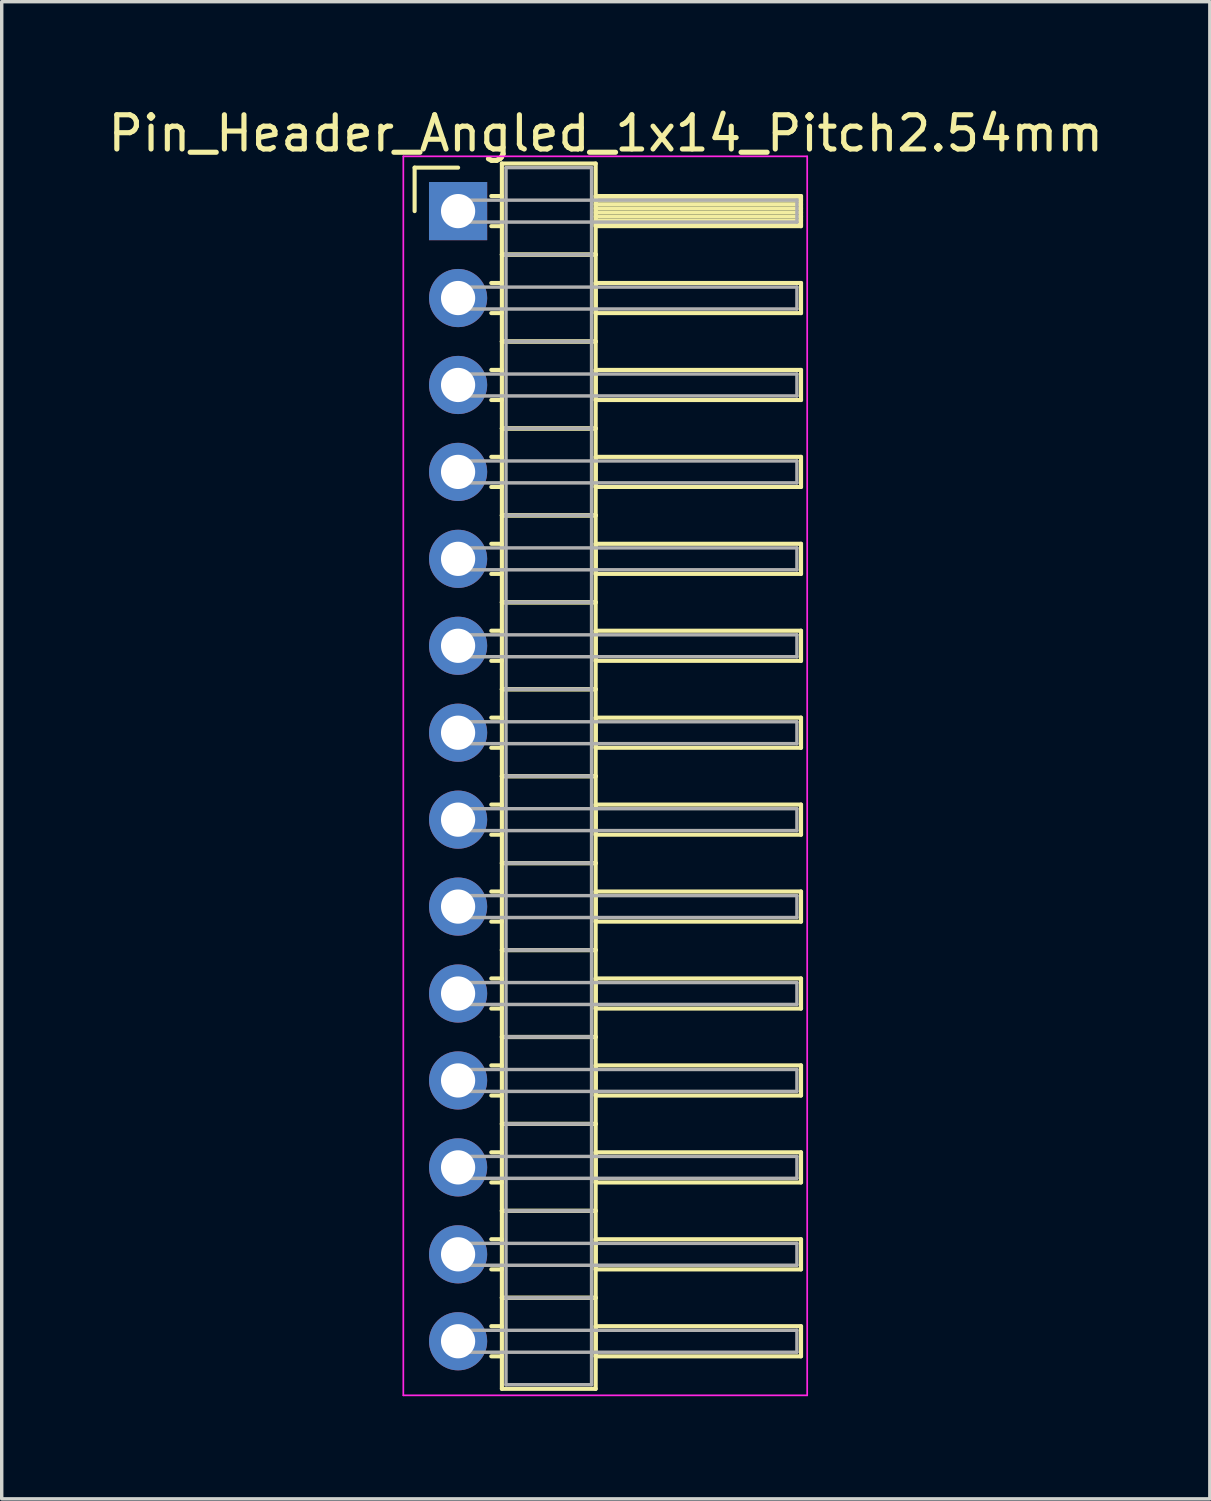
<source format=kicad_pcb>
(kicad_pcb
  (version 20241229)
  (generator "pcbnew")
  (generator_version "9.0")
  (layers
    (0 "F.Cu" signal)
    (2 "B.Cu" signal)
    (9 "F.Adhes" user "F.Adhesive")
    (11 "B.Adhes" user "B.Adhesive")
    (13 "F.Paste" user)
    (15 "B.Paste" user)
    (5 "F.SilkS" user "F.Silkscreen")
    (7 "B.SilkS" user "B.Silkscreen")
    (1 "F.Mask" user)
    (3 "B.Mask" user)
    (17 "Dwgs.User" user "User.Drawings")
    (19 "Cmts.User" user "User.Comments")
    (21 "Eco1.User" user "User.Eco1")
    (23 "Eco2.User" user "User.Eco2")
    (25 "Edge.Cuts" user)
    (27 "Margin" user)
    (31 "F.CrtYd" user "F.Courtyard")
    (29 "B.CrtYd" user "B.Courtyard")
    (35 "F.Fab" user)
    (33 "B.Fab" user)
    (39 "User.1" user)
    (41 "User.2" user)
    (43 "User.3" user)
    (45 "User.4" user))
  (footprint "Pin_Header_Angled_1x14_Pitch2.54mm"
    (layer "F.Cu")
    (at 10.334 3.118)
    (property "Reference" "Pin_Header_Angled_1x14_Pitch2.54mm" (at 4.315 -2.27 0) (layer "F.SilkS") (effects (font (size 1 1) (thickness 0.15))))
    (attr through_hole)
    (fp_line (start -1.27 -1.27) (end 0 -1.27) (stroke (width 0.12) (type solid)) (layer "F.SilkS"))
    (fp_line (start -1.27 0) (end -1.27 -1.27) (stroke (width 0.12) (type solid)) (layer "F.SilkS"))
    (fp_line (start 0.97 -0.44) (end 1.28 -0.44) (stroke (width 0.12) (type solid)) (layer "F.SilkS"))
    (fp_line (start 0.97 0.44) (end 1.28 0.44) (stroke (width 0.12) (type solid)) (layer "F.SilkS"))
    (fp_line (start 0.97 2.1) (end 1.28 2.1) (stroke (width 0.12) (type solid)) (layer "F.SilkS"))
    (fp_line (start 0.97 2.98) (end 1.28 2.98) (stroke (width 0.12) (type solid)) (layer "F.SilkS"))
    (fp_line (start 0.97 4.64) (end 1.28 4.64) (stroke (width 0.12) (type solid)) (layer "F.SilkS"))
    (fp_line (start 0.97 5.52) (end 1.28 5.52) (stroke (width 0.12) (type solid)) (layer "F.SilkS"))
    (fp_line (start 0.97 7.18) (end 1.28 7.18) (stroke (width 0.12) (type solid)) (layer "F.SilkS"))
    (fp_line (start 0.97 8.06) (end 1.28 8.06) (stroke (width 0.12) (type solid)) (layer "F.SilkS"))
    (fp_line (start 0.97 9.72) (end 1.28 9.72) (stroke (width 0.12) (type solid)) (layer "F.SilkS"))
    (fp_line (start 0.97 10.6) (end 1.28 10.6) (stroke (width 0.12) (type solid)) (layer "F.SilkS"))
    (fp_line (start 0.97 12.26) (end 1.28 12.26) (stroke (width 0.12) (type solid)) (layer "F.SilkS"))
    (fp_line (start 0.97 13.14) (end 1.28 13.14) (stroke (width 0.12) (type solid)) (layer "F.SilkS"))
    (fp_line (start 0.97 14.8) (end 1.28 14.8) (stroke (width 0.12) (type solid)) (layer "F.SilkS"))
    (fp_line (start 0.97 15.68) (end 1.28 15.68) (stroke (width 0.12) (type solid)) (layer "F.SilkS"))
    (fp_line (start 0.97 17.34) (end 1.28 17.34) (stroke (width 0.12) (type solid)) (layer "F.SilkS"))
    (fp_line (start 0.97 18.22) (end 1.28 18.22) (stroke (width 0.12) (type solid)) (layer "F.SilkS"))
    (fp_line (start 0.97 19.88) (end 1.28 19.88) (stroke (width 0.12) (type solid)) (layer "F.SilkS"))
    (fp_line (start 0.97 20.76) (end 1.28 20.76) (stroke (width 0.12) (type solid)) (layer "F.SilkS"))
    (fp_line (start 0.97 22.42) (end 1.28 22.42) (stroke (width 0.12) (type solid)) (layer "F.SilkS"))
    (fp_line (start 0.97 23.3) (end 1.28 23.3) (stroke (width 0.12) (type solid)) (layer "F.SilkS"))
    (fp_line (start 0.97 24.96) (end 1.28 24.96) (stroke (width 0.12) (type solid)) (layer "F.SilkS"))
    (fp_line (start 0.97 25.84) (end 1.28 25.84) (stroke (width 0.12) (type solid)) (layer "F.SilkS"))
    (fp_line (start 0.97 27.5) (end 1.28 27.5) (stroke (width 0.12) (type solid)) (layer "F.SilkS"))
    (fp_line (start 0.97 28.38) (end 1.28 28.38) (stroke (width 0.12) (type solid)) (layer "F.SilkS"))
    (fp_line (start 0.97 30.04) (end 1.28 30.04) (stroke (width 0.12) (type solid)) (layer "F.SilkS"))
    (fp_line (start 0.97 30.92) (end 1.28 30.92) (stroke (width 0.12) (type solid)) (layer "F.SilkS"))
    (fp_line (start 0.97 32.58) (end 1.28 32.58) (stroke (width 0.12) (type solid)) (layer "F.SilkS"))
    (fp_line (start 0.97 33.46) (end 1.28 33.46) (stroke (width 0.12) (type solid)) (layer "F.SilkS"))
    (fp_line (start 1.28 -1.39) (end 1.28 1.27) (stroke (width 0.12) (type solid)) (layer "F.SilkS"))
    (fp_line (start 1.28 1.27) (end 1.28 3.81) (stroke (width 0.12) (type solid)) (layer "F.SilkS"))
    (fp_line (start 1.28 1.27) (end 4.02 1.27) (stroke (width 0.12) (type solid)) (layer "F.SilkS"))
    (fp_line (start 1.28 3.81) (end 1.28 6.35) (stroke (width 0.12) (type solid)) (layer "F.SilkS"))
    (fp_line (start 1.28 3.81) (end 4.02 3.81) (stroke (width 0.12) (type solid)) (layer "F.SilkS"))
    (fp_line (start 1.28 6.35) (end 1.28 8.89) (stroke (width 0.12) (type solid)) (layer "F.SilkS"))
    (fp_line (start 1.28 6.35) (end 4.02 6.35) (stroke (width 0.12) (type solid)) (layer "F.SilkS"))
    (fp_line (start 1.28 8.89) (end 1.28 11.43) (stroke (width 0.12) (type solid)) (layer "F.SilkS"))
    (fp_line (start 1.28 8.89) (end 4.02 8.89) (stroke (width 0.12) (type solid)) (layer "F.SilkS"))
    (fp_line (start 1.28 11.43) (end 1.28 13.97) (stroke (width 0.12) (type solid)) (layer "F.SilkS"))
    (fp_line (start 1.28 11.43) (end 4.02 11.43) (stroke (width 0.12) (type solid)) (layer "F.SilkS"))
    (fp_line (start 1.28 13.97) (end 1.28 16.51) (stroke (width 0.12) (type solid)) (layer "F.SilkS"))
    (fp_line (start 1.28 13.97) (end 4.02 13.97) (stroke (width 0.12) (type solid)) (layer "F.SilkS"))
    (fp_line (start 1.28 16.51) (end 1.28 19.05) (stroke (width 0.12) (type solid)) (layer "F.SilkS"))
    (fp_line (start 1.28 16.51) (end 4.02 16.51) (stroke (width 0.12) (type solid)) (layer "F.SilkS"))
    (fp_line (start 1.28 19.05) (end 1.28 21.59) (stroke (width 0.12) (type solid)) (layer "F.SilkS"))
    (fp_line (start 1.28 19.05) (end 4.02 19.05) (stroke (width 0.12) (type solid)) (layer "F.SilkS"))
    (fp_line (start 1.28 21.59) (end 1.28 24.13) (stroke (width 0.12) (type solid)) (layer "F.SilkS"))
    (fp_line (start 1.28 21.59) (end 4.02 21.59) (stroke (width 0.12) (type solid)) (layer "F.SilkS"))
    (fp_line (start 1.28 24.13) (end 1.28 26.67) (stroke (width 0.12) (type solid)) (layer "F.SilkS"))
    (fp_line (start 1.28 24.13) (end 4.02 24.13) (stroke (width 0.12) (type solid)) (layer "F.SilkS"))
    (fp_line (start 1.28 26.67) (end 1.28 29.21) (stroke (width 0.12) (type solid)) (layer "F.SilkS"))
    (fp_line (start 1.28 26.67) (end 4.02 26.67) (stroke (width 0.12) (type solid)) (layer "F.SilkS"))
    (fp_line (start 1.28 29.21) (end 1.28 31.75) (stroke (width 0.12) (type solid)) (layer "F.SilkS"))
    (fp_line (start 1.28 29.21) (end 4.02 29.21) (stroke (width 0.12) (type solid)) (layer "F.SilkS"))
    (fp_line (start 1.28 31.75) (end 1.28 34.41) (stroke (width 0.12) (type solid)) (layer "F.SilkS"))
    (fp_line (start 1.28 31.75) (end 4.02 31.75) (stroke (width 0.12) (type solid)) (layer "F.SilkS"))
    (fp_line (start 1.28 34.41) (end 4.02 34.41) (stroke (width 0.12) (type solid)) (layer "F.SilkS"))
    (fp_line (start 4.02 -1.39) (end 1.28 -1.39) (stroke (width 0.12) (type solid)) (layer "F.SilkS"))
    (fp_line (start 4.02 -0.44) (end 4.02 0.44) (stroke (width 0.12) (type solid)) (layer "F.SilkS"))
    (fp_line (start 4.02 -0.32) (end 10.02 -0.32) (stroke (width 0.12) (type solid)) (layer "F.SilkS"))
    (fp_line (start 4.02 -0.2) (end 10.02 -0.2) (stroke (width 0.12) (type solid)) (layer "F.SilkS"))
    (fp_line (start 4.02 -0.08) (end 10.02 -0.08) (stroke (width 0.12) (type solid)) (layer "F.SilkS"))
    (fp_line (start 4.02 0.04) (end 10.02 0.04) (stroke (width 0.12) (type solid)) (layer "F.SilkS"))
    (fp_line (start 4.02 0.16) (end 10.02 0.16) (stroke (width 0.12) (type solid)) (layer "F.SilkS"))
    (fp_line (start 4.02 0.28) (end 10.02 0.28) (stroke (width 0.12) (type solid)) (layer "F.SilkS"))
    (fp_line (start 4.02 0.4) (end 10.02 0.4) (stroke (width 0.12) (type solid)) (layer "F.SilkS"))
    (fp_line (start 4.02 0.44) (end 10.02 0.44) (stroke (width 0.12) (type solid)) (layer "F.SilkS"))
    (fp_line (start 4.02 1.27) (end 1.28 1.27) (stroke (width 0.12) (type solid)) (layer "F.SilkS"))
    (fp_line (start 4.02 1.27) (end 4.02 -1.39) (stroke (width 0.12) (type solid)) (layer "F.SilkS"))
    (fp_line (start 4.02 2.1) (end 4.02 2.98) (stroke (width 0.12) (type solid)) (layer "F.SilkS"))
    (fp_line (start 4.02 2.98) (end 10.02 2.98) (stroke (width 0.12) (type solid)) (layer "F.SilkS"))
    (fp_line (start 4.02 3.81) (end 1.28 3.81) (stroke (width 0.12) (type solid)) (layer "F.SilkS"))
    (fp_line (start 4.02 3.81) (end 4.02 1.27) (stroke (width 0.12) (type solid)) (layer "F.SilkS"))
    (fp_line (start 4.02 4.64) (end 4.02 5.52) (stroke (width 0.12) (type solid)) (layer "F.SilkS"))
    (fp_line (start 4.02 5.52) (end 10.02 5.52) (stroke (width 0.12) (type solid)) (layer "F.SilkS"))
    (fp_line (start 4.02 6.35) (end 1.28 6.35) (stroke (width 0.12) (type solid)) (layer "F.SilkS"))
    (fp_line (start 4.02 6.35) (end 4.02 3.81) (stroke (width 0.12) (type solid)) (layer "F.SilkS"))
    (fp_line (start 4.02 7.18) (end 4.02 8.06) (stroke (width 0.12) (type solid)) (layer "F.SilkS"))
    (fp_line (start 4.02 8.06) (end 10.02 8.06) (stroke (width 0.12) (type solid)) (layer "F.SilkS"))
    (fp_line (start 4.02 8.89) (end 1.28 8.89) (stroke (width 0.12) (type solid)) (layer "F.SilkS"))
    (fp_line (start 4.02 8.89) (end 4.02 6.35) (stroke (width 0.12) (type solid)) (layer "F.SilkS"))
    (fp_line (start 4.02 9.72) (end 4.02 10.6) (stroke (width 0.12) (type solid)) (layer "F.SilkS"))
    (fp_line (start 4.02 10.6) (end 10.02 10.6) (stroke (width 0.12) (type solid)) (layer "F.SilkS"))
    (fp_line (start 4.02 11.43) (end 1.28 11.43) (stroke (width 0.12) (type solid)) (layer "F.SilkS"))
    (fp_line (start 4.02 11.43) (end 4.02 8.89) (stroke (width 0.12) (type solid)) (layer "F.SilkS"))
    (fp_line (start 4.02 12.26) (end 4.02 13.14) (stroke (width 0.12) (type solid)) (layer "F.SilkS"))
    (fp_line (start 4.02 13.14) (end 10.02 13.14) (stroke (width 0.12) (type solid)) (layer "F.SilkS"))
    (fp_line (start 4.02 13.97) (end 1.28 13.97) (stroke (width 0.12) (type solid)) (layer "F.SilkS"))
    (fp_line (start 4.02 13.97) (end 4.02 11.43) (stroke (width 0.12) (type solid)) (layer "F.SilkS"))
    (fp_line (start 4.02 14.8) (end 4.02 15.68) (stroke (width 0.12) (type solid)) (layer "F.SilkS"))
    (fp_line (start 4.02 15.68) (end 10.02 15.68) (stroke (width 0.12) (type solid)) (layer "F.SilkS"))
    (fp_line (start 4.02 16.51) (end 1.28 16.51) (stroke (width 0.12) (type solid)) (layer "F.SilkS"))
    (fp_line (start 4.02 16.51) (end 4.02 13.97) (stroke (width 0.12) (type solid)) (layer "F.SilkS"))
    (fp_line (start 4.02 17.34) (end 4.02 18.22) (stroke (width 0.12) (type solid)) (layer "F.SilkS"))
    (fp_line (start 4.02 18.22) (end 10.02 18.22) (stroke (width 0.12) (type solid)) (layer "F.SilkS"))
    (fp_line (start 4.02 19.05) (end 1.28 19.05) (stroke (width 0.12) (type solid)) (layer "F.SilkS"))
    (fp_line (start 4.02 19.05) (end 4.02 16.51) (stroke (width 0.12) (type solid)) (layer "F.SilkS"))
    (fp_line (start 4.02 19.88) (end 4.02 20.76) (stroke (width 0.12) (type solid)) (layer "F.SilkS"))
    (fp_line (start 4.02 20.76) (end 10.02 20.76) (stroke (width 0.12) (type solid)) (layer "F.SilkS"))
    (fp_line (start 4.02 21.59) (end 1.28 21.59) (stroke (width 0.12) (type solid)) (layer "F.SilkS"))
    (fp_line (start 4.02 21.59) (end 4.02 19.05) (stroke (width 0.12) (type solid)) (layer "F.SilkS"))
    (fp_line (start 4.02 22.42) (end 4.02 23.3) (stroke (width 0.12) (type solid)) (layer "F.SilkS"))
    (fp_line (start 4.02 23.3) (end 10.02 23.3) (stroke (width 0.12) (type solid)) (layer "F.SilkS"))
    (fp_line (start 4.02 24.13) (end 1.28 24.13) (stroke (width 0.12) (type solid)) (layer "F.SilkS"))
    (fp_line (start 4.02 24.13) (end 4.02 21.59) (stroke (width 0.12) (type solid)) (layer "F.SilkS"))
    (fp_line (start 4.02 24.96) (end 4.02 25.84) (stroke (width 0.12) (type solid)) (layer "F.SilkS"))
    (fp_line (start 4.02 25.84) (end 10.02 25.84) (stroke (width 0.12) (type solid)) (layer "F.SilkS"))
    (fp_line (start 4.02 26.67) (end 1.28 26.67) (stroke (width 0.12) (type solid)) (layer "F.SilkS"))
    (fp_line (start 4.02 26.67) (end 4.02 24.13) (stroke (width 0.12) (type solid)) (layer "F.SilkS"))
    (fp_line (start 4.02 27.5) (end 4.02 28.38) (stroke (width 0.12) (type solid)) (layer "F.SilkS"))
    (fp_line (start 4.02 28.38) (end 10.02 28.38) (stroke (width 0.12) (type solid)) (layer "F.SilkS"))
    (fp_line (start 4.02 29.21) (end 1.28 29.21) (stroke (width 0.12) (type solid)) (layer "F.SilkS"))
    (fp_line (start 4.02 29.21) (end 4.02 26.67) (stroke (width 0.12) (type solid)) (layer "F.SilkS"))
    (fp_line (start 4.02 30.04) (end 4.02 30.92) (stroke (width 0.12) (type solid)) (layer "F.SilkS"))
    (fp_line (start 4.02 30.92) (end 10.02 30.92) (stroke (width 0.12) (type solid)) (layer "F.SilkS"))
    (fp_line (start 4.02 31.75) (end 1.28 31.75) (stroke (width 0.12) (type solid)) (layer "F.SilkS"))
    (fp_line (start 4.02 31.75) (end 4.02 29.21) (stroke (width 0.12) (type solid)) (layer "F.SilkS"))
    (fp_line (start 4.02 32.58) (end 4.02 33.46) (stroke (width 0.12) (type solid)) (layer "F.SilkS"))
    (fp_line (start 4.02 33.46) (end 10.02 33.46) (stroke (width 0.12) (type solid)) (layer "F.SilkS"))
    (fp_line (start 4.02 34.41) (end 4.02 31.75) (stroke (width 0.12) (type solid)) (layer "F.SilkS"))
    (fp_line (start 10.02 -0.44) (end 4.02 -0.44) (stroke (width 0.12) (type solid)) (layer "F.SilkS"))
    (fp_line (start 10.02 0.44) (end 10.02 -0.44) (stroke (width 0.12) (type solid)) (layer "F.SilkS"))
    (fp_line (start 10.02 2.1) (end 4.02 2.1) (stroke (width 0.12) (type solid)) (layer "F.SilkS"))
    (fp_line (start 10.02 2.98) (end 10.02 2.1) (stroke (width 0.12) (type solid)) (layer "F.SilkS"))
    (fp_line (start 10.02 4.64) (end 4.02 4.64) (stroke (width 0.12) (type solid)) (layer "F.SilkS"))
    (fp_line (start 10.02 5.52) (end 10.02 4.64) (stroke (width 0.12) (type solid)) (layer "F.SilkS"))
    (fp_line (start 10.02 7.18) (end 4.02 7.18) (stroke (width 0.12) (type solid)) (layer "F.SilkS"))
    (fp_line (start 10.02 8.06) (end 10.02 7.18) (stroke (width 0.12) (type solid)) (layer "F.SilkS"))
    (fp_line (start 10.02 9.72) (end 4.02 9.72) (stroke (width 0.12) (type solid)) (layer "F.SilkS"))
    (fp_line (start 10.02 10.6) (end 10.02 9.72) (stroke (width 0.12) (type solid)) (layer "F.SilkS"))
    (fp_line (start 10.02 12.26) (end 4.02 12.26) (stroke (width 0.12) (type solid)) (layer "F.SilkS"))
    (fp_line (start 10.02 13.14) (end 10.02 12.26) (stroke (width 0.12) (type solid)) (layer "F.SilkS"))
    (fp_line (start 10.02 14.8) (end 4.02 14.8) (stroke (width 0.12) (type solid)) (layer "F.SilkS"))
    (fp_line (start 10.02 15.68) (end 10.02 14.8) (stroke (width 0.12) (type solid)) (layer "F.SilkS"))
    (fp_line (start 10.02 17.34) (end 4.02 17.34) (stroke (width 0.12) (type solid)) (layer "F.SilkS"))
    (fp_line (start 10.02 18.22) (end 10.02 17.34) (stroke (width 0.12) (type solid)) (layer "F.SilkS"))
    (fp_line (start 10.02 19.88) (end 4.02 19.88) (stroke (width 0.12) (type solid)) (layer "F.SilkS"))
    (fp_line (start 10.02 20.76) (end 10.02 19.88) (stroke (width 0.12) (type solid)) (layer "F.SilkS"))
    (fp_line (start 10.02 22.42) (end 4.02 22.42) (stroke (width 0.12) (type solid)) (layer "F.SilkS"))
    (fp_line (start 10.02 23.3) (end 10.02 22.42) (stroke (width 0.12) (type solid)) (layer "F.SilkS"))
    (fp_line (start 10.02 24.96) (end 4.02 24.96) (stroke (width 0.12) (type solid)) (layer "F.SilkS"))
    (fp_line (start 10.02 25.84) (end 10.02 24.96) (stroke (width 0.12) (type solid)) (layer "F.SilkS"))
    (fp_line (start 10.02 27.5) (end 4.02 27.5) (stroke (width 0.12) (type solid)) (layer "F.SilkS"))
    (fp_line (start 10.02 28.38) (end 10.02 27.5) (stroke (width 0.12) (type solid)) (layer "F.SilkS"))
    (fp_line (start 10.02 30.04) (end 4.02 30.04) (stroke (width 0.12) (type solid)) (layer "F.SilkS"))
    (fp_line (start 10.02 30.92) (end 10.02 30.04) (stroke (width 0.12) (type solid)) (layer "F.SilkS"))
    (fp_line (start 10.02 32.58) (end 4.02 32.58) (stroke (width 0.12) (type solid)) (layer "F.SilkS"))
    (fp_line (start 10.02 33.46) (end 10.02 32.58) (stroke (width 0.12) (type solid)) (layer "F.SilkS"))
    (fp_line (start -1.6 -1.6) (end -1.6 34.6) (stroke (width 0.05) (type solid)) (layer "F.CrtYd"))
    (fp_line (start -1.6 34.6) (end 10.2 34.6) (stroke (width 0.05) (type solid)) (layer "F.CrtYd"))
    (fp_line (start 10.2 -1.6) (end -1.6 -1.6) (stroke (width 0.05) (type solid)) (layer "F.CrtYd"))
    (fp_line (start 10.2 34.6) (end 10.2 -1.6) (stroke (width 0.05) (type solid)) (layer "F.CrtYd"))
    (fp_line (start 0 -0.32) (end 0 0.32) (stroke (width 0.1) (type solid)) (layer "F.Fab"))
    (fp_line (start 0 0.32) (end 9.9 0.32) (stroke (width 0.1) (type solid)) (layer "F.Fab"))
    (fp_line (start 0 2.22) (end 0 2.86) (stroke (width 0.1) (type solid)) (layer "F.Fab"))
    (fp_line (start 0 2.86) (end 9.9 2.86) (stroke (width 0.1) (type solid)) (layer "F.Fab"))
    (fp_line (start 0 4.76) (end 0 5.4) (stroke (width 0.1) (type solid)) (layer "F.Fab"))
    (fp_line (start 0 5.4) (end 9.9 5.4) (stroke (width 0.1) (type solid)) (layer "F.Fab"))
    (fp_line (start 0 7.3) (end 0 7.94) (stroke (width 0.1) (type solid)) (layer "F.Fab"))
    (fp_line (start 0 7.94) (end 9.9 7.94) (stroke (width 0.1) (type solid)) (layer "F.Fab"))
    (fp_line (start 0 9.84) (end 0 10.48) (stroke (width 0.1) (type solid)) (layer "F.Fab"))
    (fp_line (start 0 10.48) (end 9.9 10.48) (stroke (width 0.1) (type solid)) (layer "F.Fab"))
    (fp_line (start 0 12.38) (end 0 13.02) (stroke (width 0.1) (type solid)) (layer "F.Fab"))
    (fp_line (start 0 13.02) (end 9.9 13.02) (stroke (width 0.1) (type solid)) (layer "F.Fab"))
    (fp_line (start 0 14.92) (end 0 15.56) (stroke (width 0.1) (type solid)) (layer "F.Fab"))
    (fp_line (start 0 15.56) (end 9.9 15.56) (stroke (width 0.1) (type solid)) (layer "F.Fab"))
    (fp_line (start 0 17.46) (end 0 18.1) (stroke (width 0.1) (type solid)) (layer "F.Fab"))
    (fp_line (start 0 18.1) (end 9.9 18.1) (stroke (width 0.1) (type solid)) (layer "F.Fab"))
    (fp_line (start 0 20) (end 0 20.64) (stroke (width 0.1) (type solid)) (layer "F.Fab"))
    (fp_line (start 0 20.64) (end 9.9 20.64) (stroke (width 0.1) (type solid)) (layer "F.Fab"))
    (fp_line (start 0 22.54) (end 0 23.18) (stroke (width 0.1) (type solid)) (layer "F.Fab"))
    (fp_line (start 0 23.18) (end 9.9 23.18) (stroke (width 0.1) (type solid)) (layer "F.Fab"))
    (fp_line (start 0 25.08) (end 0 25.72) (stroke (width 0.1) (type solid)) (layer "F.Fab"))
    (fp_line (start 0 25.72) (end 9.9 25.72) (stroke (width 0.1) (type solid)) (layer "F.Fab"))
    (fp_line (start 0 27.62) (end 0 28.26) (stroke (width 0.1) (type solid)) (layer "F.Fab"))
    (fp_line (start 0 28.26) (end 9.9 28.26) (stroke (width 0.1) (type solid)) (layer "F.Fab"))
    (fp_line (start 0 30.16) (end 0 30.8) (stroke (width 0.1) (type solid)) (layer "F.Fab"))
    (fp_line (start 0 30.8) (end 9.9 30.8) (stroke (width 0.1) (type solid)) (layer "F.Fab"))
    (fp_line (start 0 32.7) (end 0 33.34) (stroke (width 0.1) (type solid)) (layer "F.Fab"))
    (fp_line (start 0 33.34) (end 9.9 33.34) (stroke (width 0.1) (type solid)) (layer "F.Fab"))
    (fp_line (start 1.4 -1.27) (end 1.4 1.27) (stroke (width 0.1) (type solid)) (layer "F.Fab"))
    (fp_line (start 1.4 1.27) (end 1.4 3.81) (stroke (width 0.1) (type solid)) (layer "F.Fab"))
    (fp_line (start 1.4 1.27) (end 3.9 1.27) (stroke (width 0.1) (type solid)) (layer "F.Fab"))
    (fp_line (start 1.4 3.81) (end 1.4 6.35) (stroke (width 0.1) (type solid)) (layer "F.Fab"))
    (fp_line (start 1.4 3.81) (end 3.9 3.81) (stroke (width 0.1) (type solid)) (layer "F.Fab"))
    (fp_line (start 1.4 6.35) (end 1.4 8.89) (stroke (width 0.1) (type solid)) (layer "F.Fab"))
    (fp_line (start 1.4 6.35) (end 3.9 6.35) (stroke (width 0.1) (type solid)) (layer "F.Fab"))
    (fp_line (start 1.4 8.89) (end 1.4 11.43) (stroke (width 0.1) (type solid)) (layer "F.Fab"))
    (fp_line (start 1.4 8.89) (end 3.9 8.89) (stroke (width 0.1) (type solid)) (layer "F.Fab"))
    (fp_line (start 1.4 11.43) (end 1.4 13.97) (stroke (width 0.1) (type solid)) (layer "F.Fab"))
    (fp_line (start 1.4 11.43) (end 3.9 11.43) (stroke (width 0.1) (type solid)) (layer "F.Fab"))
    (fp_line (start 1.4 13.97) (end 1.4 16.51) (stroke (width 0.1) (type solid)) (layer "F.Fab"))
    (fp_line (start 1.4 13.97) (end 3.9 13.97) (stroke (width 0.1) (type solid)) (layer "F.Fab"))
    (fp_line (start 1.4 16.51) (end 1.4 19.05) (stroke (width 0.1) (type solid)) (layer "F.Fab"))
    (fp_line (start 1.4 16.51) (end 3.9 16.51) (stroke (width 0.1) (type solid)) (layer "F.Fab"))
    (fp_line (start 1.4 19.05) (end 1.4 21.59) (stroke (width 0.1) (type solid)) (layer "F.Fab"))
    (fp_line (start 1.4 19.05) (end 3.9 19.05) (stroke (width 0.1) (type solid)) (layer "F.Fab"))
    (fp_line (start 1.4 21.59) (end 1.4 24.13) (stroke (width 0.1) (type solid)) (layer "F.Fab"))
    (fp_line (start 1.4 21.59) (end 3.9 21.59) (stroke (width 0.1) (type solid)) (layer "F.Fab"))
    (fp_line (start 1.4 24.13) (end 1.4 26.67) (stroke (width 0.1) (type solid)) (layer "F.Fab"))
    (fp_line (start 1.4 24.13) (end 3.9 24.13) (stroke (width 0.1) (type solid)) (layer "F.Fab"))
    (fp_line (start 1.4 26.67) (end 1.4 29.21) (stroke (width 0.1) (type solid)) (layer "F.Fab"))
    (fp_line (start 1.4 26.67) (end 3.9 26.67) (stroke (width 0.1) (type solid)) (layer "F.Fab"))
    (fp_line (start 1.4 29.21) (end 1.4 31.75) (stroke (width 0.1) (type solid)) (layer "F.Fab"))
    (fp_line (start 1.4 29.21) (end 3.9 29.21) (stroke (width 0.1) (type solid)) (layer "F.Fab"))
    (fp_line (start 1.4 31.75) (end 1.4 34.29) (stroke (width 0.1) (type solid)) (layer "F.Fab"))
    (fp_line (start 1.4 31.75) (end 3.9 31.75) (stroke (width 0.1) (type solid)) (layer "F.Fab"))
    (fp_line (start 1.4 34.29) (end 3.9 34.29) (stroke (width 0.1) (type solid)) (layer "F.Fab"))
    (fp_line (start 3.9 -1.27) (end 1.4 -1.27) (stroke (width 0.1) (type solid)) (layer "F.Fab"))
    (fp_line (start 3.9 1.27) (end 1.4 1.27) (stroke (width 0.1) (type solid)) (layer "F.Fab"))
    (fp_line (start 3.9 1.27) (end 3.9 -1.27) (stroke (width 0.1) (type solid)) (layer "F.Fab"))
    (fp_line (start 3.9 3.81) (end 1.4 3.81) (stroke (width 0.1) (type solid)) (layer "F.Fab"))
    (fp_line (start 3.9 3.81) (end 3.9 1.27) (stroke (width 0.1) (type solid)) (layer "F.Fab"))
    (fp_line (start 3.9 6.35) (end 1.4 6.35) (stroke (width 0.1) (type solid)) (layer "F.Fab"))
    (fp_line (start 3.9 6.35) (end 3.9 3.81) (stroke (width 0.1) (type solid)) (layer "F.Fab"))
    (fp_line (start 3.9 8.89) (end 1.4 8.89) (stroke (width 0.1) (type solid)) (layer "F.Fab"))
    (fp_line (start 3.9 8.89) (end 3.9 6.35) (stroke (width 0.1) (type solid)) (layer "F.Fab"))
    (fp_line (start 3.9 11.43) (end 1.4 11.43) (stroke (width 0.1) (type solid)) (layer "F.Fab"))
    (fp_line (start 3.9 11.43) (end 3.9 8.89) (stroke (width 0.1) (type solid)) (layer "F.Fab"))
    (fp_line (start 3.9 13.97) (end 1.4 13.97) (stroke (width 0.1) (type solid)) (layer "F.Fab"))
    (fp_line (start 3.9 13.97) (end 3.9 11.43) (stroke (width 0.1) (type solid)) (layer "F.Fab"))
    (fp_line (start 3.9 16.51) (end 1.4 16.51) (stroke (width 0.1) (type solid)) (layer "F.Fab"))
    (fp_line (start 3.9 16.51) (end 3.9 13.97) (stroke (width 0.1) (type solid)) (layer "F.Fab"))
    (fp_line (start 3.9 19.05) (end 1.4 19.05) (stroke (width 0.1) (type solid)) (layer "F.Fab"))
    (fp_line (start 3.9 19.05) (end 3.9 16.51) (stroke (width 0.1) (type solid)) (layer "F.Fab"))
    (fp_line (start 3.9 21.59) (end 1.4 21.59) (stroke (width 0.1) (type solid)) (layer "F.Fab"))
    (fp_line (start 3.9 21.59) (end 3.9 19.05) (stroke (width 0.1) (type solid)) (layer "F.Fab"))
    (fp_line (start 3.9 24.13) (end 1.4 24.13) (stroke (width 0.1) (type solid)) (layer "F.Fab"))
    (fp_line (start 3.9 24.13) (end 3.9 21.59) (stroke (width 0.1) (type solid)) (layer "F.Fab"))
    (fp_line (start 3.9 26.67) (end 1.4 26.67) (stroke (width 0.1) (type solid)) (layer "F.Fab"))
    (fp_line (start 3.9 26.67) (end 3.9 24.13) (stroke (width 0.1) (type solid)) (layer "F.Fab"))
    (fp_line (start 3.9 29.21) (end 1.4 29.21) (stroke (width 0.1) (type solid)) (layer "F.Fab"))
    (fp_line (start 3.9 29.21) (end 3.9 26.67) (stroke (width 0.1) (type solid)) (layer "F.Fab"))
    (fp_line (start 3.9 31.75) (end 1.4 31.75) (stroke (width 0.1) (type solid)) (layer "F.Fab"))
    (fp_line (start 3.9 31.75) (end 3.9 29.21) (stroke (width 0.1) (type solid)) (layer "F.Fab"))
    (fp_line (start 3.9 34.29) (end 3.9 31.75) (stroke (width 0.1) (type solid)) (layer "F.Fab"))
    (fp_line (start 9.9 -0.32) (end 0 -0.32) (stroke (width 0.1) (type solid)) (layer "F.Fab"))
    (fp_line (start 9.9 0.32) (end 9.9 -0.32) (stroke (width 0.1) (type solid)) (layer "F.Fab"))
    (fp_line (start 9.9 2.22) (end 0 2.22) (stroke (width 0.1) (type solid)) (layer "F.Fab"))
    (fp_line (start 9.9 2.86) (end 9.9 2.22) (stroke (width 0.1) (type solid)) (layer "F.Fab"))
    (fp_line (start 9.9 4.76) (end 0 4.76) (stroke (width 0.1) (type solid)) (layer "F.Fab"))
    (fp_line (start 9.9 5.4) (end 9.9 4.76) (stroke (width 0.1) (type solid)) (layer "F.Fab"))
    (fp_line (start 9.9 7.3) (end 0 7.3) (stroke (width 0.1) (type solid)) (layer "F.Fab"))
    (fp_line (start 9.9 7.94) (end 9.9 7.3) (stroke (width 0.1) (type solid)) (layer "F.Fab"))
    (fp_line (start 9.9 9.84) (end 0 9.84) (stroke (width 0.1) (type solid)) (layer "F.Fab"))
    (fp_line (start 9.9 10.48) (end 9.9 9.84) (stroke (width 0.1) (type solid)) (layer "F.Fab"))
    (fp_line (start 9.9 12.38) (end 0 12.38) (stroke (width 0.1) (type solid)) (layer "F.Fab"))
    (fp_line (start 9.9 13.02) (end 9.9 12.38) (stroke (width 0.1) (type solid)) (layer "F.Fab"))
    (fp_line (start 9.9 14.92) (end 0 14.92) (stroke (width 0.1) (type solid)) (layer "F.Fab"))
    (fp_line (start 9.9 15.56) (end 9.9 14.92) (stroke (width 0.1) (type solid)) (layer "F.Fab"))
    (fp_line (start 9.9 17.46) (end 0 17.46) (stroke (width 0.1) (type solid)) (layer "F.Fab"))
    (fp_line (start 9.9 18.1) (end 9.9 17.46) (stroke (width 0.1) (type solid)) (layer "F.Fab"))
    (fp_line (start 9.9 20) (end 0 20) (stroke (width 0.1) (type solid)) (layer "F.Fab"))
    (fp_line (start 9.9 20.64) (end 9.9 20) (stroke (width 0.1) (type solid)) (layer "F.Fab"))
    (fp_line (start 9.9 22.54) (end 0 22.54) (stroke (width 0.1) (type solid)) (layer "F.Fab"))
    (fp_line (start 9.9 23.18) (end 9.9 22.54) (stroke (width 0.1) (type solid)) (layer "F.Fab"))
    (fp_line (start 9.9 25.08) (end 0 25.08) (stroke (width 0.1) (type solid)) (layer "F.Fab"))
    (fp_line (start 9.9 25.72) (end 9.9 25.08) (stroke (width 0.1) (type solid)) (layer "F.Fab"))
    (fp_line (start 9.9 27.62) (end 0 27.62) (stroke (width 0.1) (type solid)) (layer "F.Fab"))
    (fp_line (start 9.9 28.26) (end 9.9 27.62) (stroke (width 0.1) (type solid)) (layer "F.Fab"))
    (fp_line (start 9.9 30.16) (end 0 30.16) (stroke (width 0.1) (type solid)) (layer "F.Fab"))
    (fp_line (start 9.9 30.8) (end 9.9 30.16) (stroke (width 0.1) (type solid)) (layer "F.Fab"))
    (fp_line (start 9.9 32.7) (end 0 32.7) (stroke (width 0.1) (type solid)) (layer "F.Fab"))
    (fp_line (start 9.9 33.34) (end 9.9 32.7) (stroke (width 0.1) (type solid)) (layer "F.Fab"))
    (pad "1" thru_hole rect (at 0 0) (size 1.7 1.7) (drill 1) (layers "*.Cu" "*.Mask"))
    (pad "2" thru_hole oval (at 0 2.54) (size 1.7 1.7) (drill 1) (layers "*.Cu" "*.Mask"))
    (pad "3" thru_hole oval (at 0 5.08) (size 1.7 1.7) (drill 1) (layers "*.Cu" "*.Mask"))
    (pad "4" thru_hole oval (at 0 7.62) (size 1.7 1.7) (drill 1) (layers "*.Cu" "*.Mask"))
    (pad "5" thru_hole oval (at 0 10.16) (size 1.7 1.7) (drill 1) (layers "*.Cu" "*.Mask"))
    (pad "6" thru_hole oval (at 0 12.7) (size 1.7 1.7) (drill 1) (layers "*.Cu" "*.Mask"))
    (pad "7" thru_hole oval (at 0 15.24) (size 1.7 1.7) (drill 1) (layers "*.Cu" "*.Mask"))
    (pad "8" thru_hole oval (at 0 17.78) (size 1.7 1.7) (drill 1) (layers "*.Cu" "*.Mask"))
    (pad "9" thru_hole oval (at 0 20.32) (size 1.7 1.7) (drill 1) (layers "*.Cu" "*.Mask"))
    (pad "10" thru_hole oval (at 0 22.86) (size 1.7 1.7) (drill 1) (layers "*.Cu" "*.Mask"))
    (pad "11" thru_hole oval (at 0 25.4) (size 1.7 1.7) (drill 1) (layers "*.Cu" "*.Mask"))
    (pad "12" thru_hole oval (at 0 27.94) (size 1.7 1.7) (drill 1) (layers "*.Cu" "*.Mask"))
    (pad "13" thru_hole oval (at 0 30.48) (size 1.7 1.7) (drill 1) (layers "*.Cu" "*.Mask"))
    (pad "14" thru_hole oval (at 0 33.02) (size 1.7 1.7) (drill 1) (layers "*.Cu" "*.Mask")))
  (gr_rect
    (start -3 -3)
    (end 32.298 40.743)
    (stroke (width 0.1) (type default))
    (fill no)
    (layer "Edge.Cuts")))
</source>
